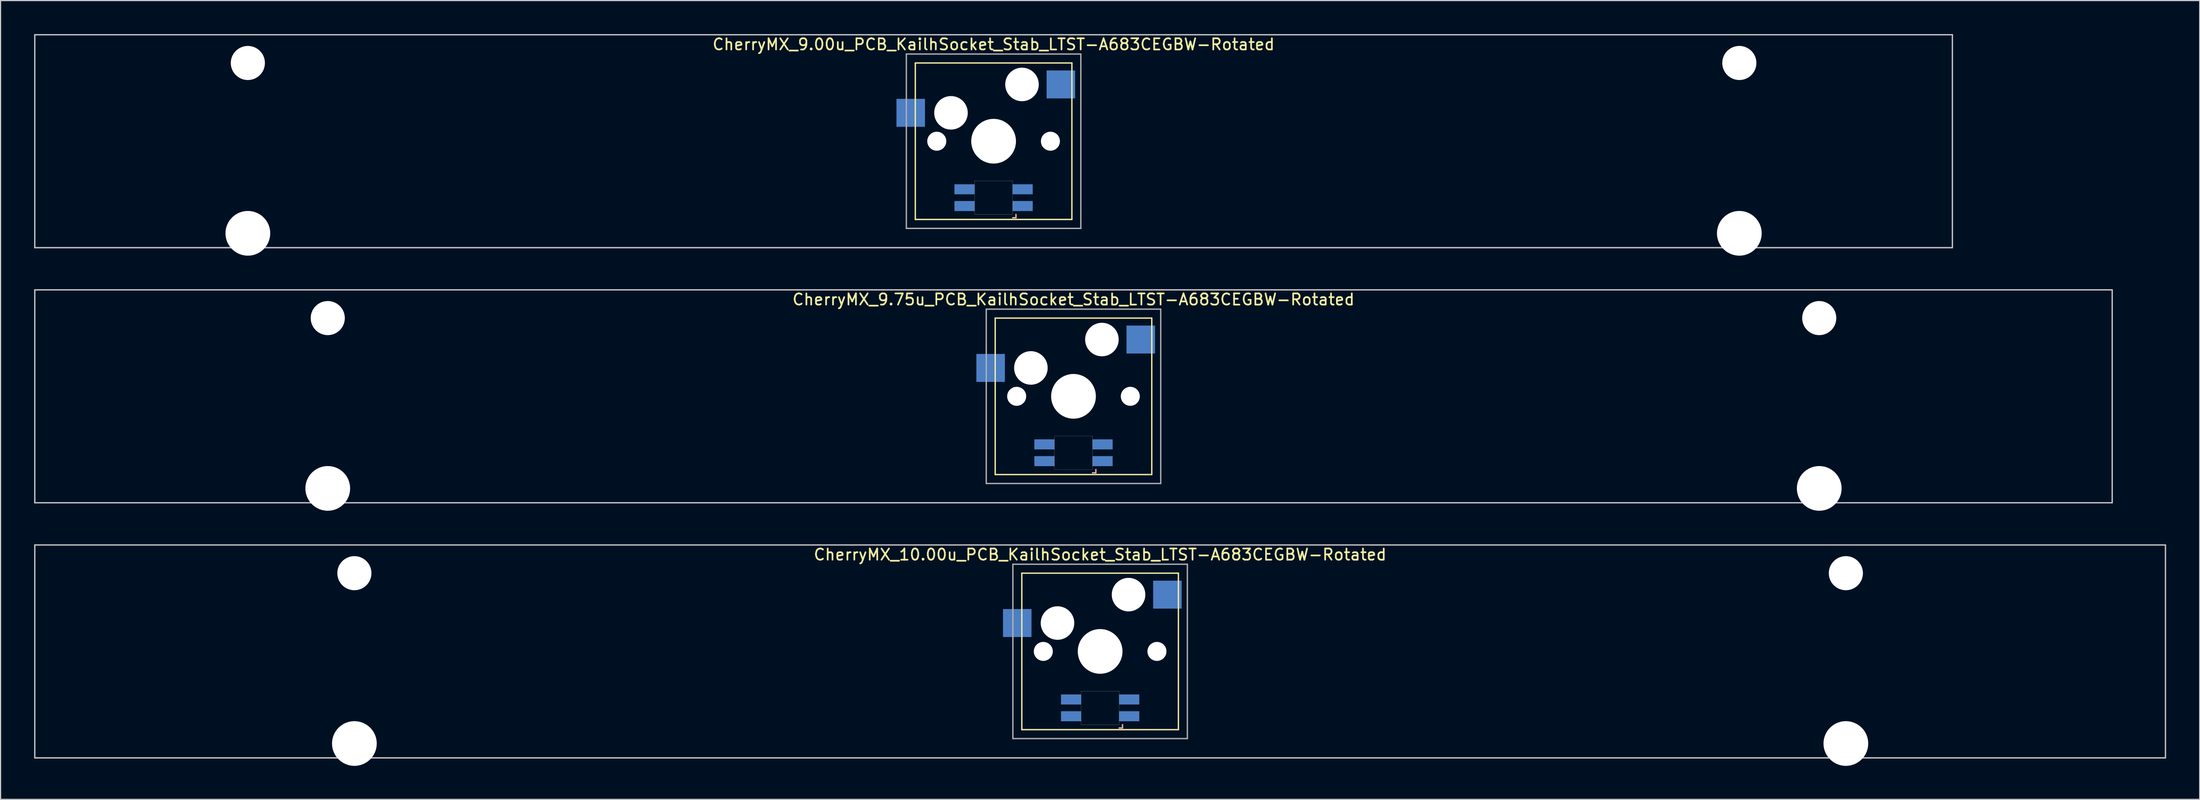
<source format=kicad_pcb>
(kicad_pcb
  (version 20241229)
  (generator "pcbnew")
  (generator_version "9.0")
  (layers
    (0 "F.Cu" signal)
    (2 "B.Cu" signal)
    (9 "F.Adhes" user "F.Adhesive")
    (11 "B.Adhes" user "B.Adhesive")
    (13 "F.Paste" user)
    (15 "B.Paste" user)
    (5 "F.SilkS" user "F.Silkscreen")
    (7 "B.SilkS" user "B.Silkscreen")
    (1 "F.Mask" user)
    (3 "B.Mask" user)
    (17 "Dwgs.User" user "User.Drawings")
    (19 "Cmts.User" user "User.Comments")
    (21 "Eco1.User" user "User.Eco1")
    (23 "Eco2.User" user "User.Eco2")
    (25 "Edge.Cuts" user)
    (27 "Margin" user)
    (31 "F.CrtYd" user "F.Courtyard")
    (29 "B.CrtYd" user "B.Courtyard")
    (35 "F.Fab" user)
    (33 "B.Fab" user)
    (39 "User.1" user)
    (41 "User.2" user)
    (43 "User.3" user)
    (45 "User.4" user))
  (footprint "CherryMX_10.00u_PCB_KailhSocket_Stab_LTST-A683CEGBW-Rotated"
    (layer "F.Cu")
    (at 95.31 55.235)
    (property "Reference" "CherryMX_10.00u_PCB_KailhSocket_Stab_LTST-A683CEGBW-Rotated" (at 0 -8.662 0) (layer "F.SilkS") (effects (font (size 1 1) (thickness 0.15))))
    (attr through_hole)
    (fp_line (start -7 -7) (end -7 7) (stroke (width 0.12) (type solid)) (layer "F.SilkS"))
    (fp_line (start -7 -7) (end 7 -7) (stroke (width 0.12) (type solid)) (layer "F.SilkS"))
    (fp_line (start 7 -7) (end 7 7) (stroke (width 0.12) (type solid)) (layer "F.SilkS"))
    (fp_line (start 7 7) (end -7 7) (stroke (width 0.12) (type solid)) (layer "F.SilkS"))
    (fp_line (start 1.7 6.85) (end 2 6.85) (stroke (width 0.12) (type solid)) (layer "B.SilkS"))
    (fp_line (start 2 6.85) (end 2 6.55) (stroke (width 0.12) (type solid)) (layer "B.SilkS"))
    (fp_line (start -95.25 -9.525) (end 95.25 -9.525) (stroke (width 0.12) (type solid)) (layer "Dwgs.User"))
    (fp_line (start -95.25 9.525) (end -95.25 -9.525) (stroke (width 0.12) (type solid)) (layer "Dwgs.User"))
    (fp_line (start 95.25 -9.525) (end 95.25 9.525) (stroke (width 0.12) (type solid)) (layer "Dwgs.User"))
    (fp_line (start 95.25 9.525) (end -95.25 9.525) (stroke (width 0.12) (type solid)) (layer "Dwgs.User"))
    (fp_poly (pts (xy -1.7 3.55) (xy 1.7 3.55) (xy 1.7 6.55) (xy -1.7 6.55)) (stroke (width 0.01) (type solid)) (fill no) (layer "Edge.Cuts"))
    (fp_line (start -7.8 -7.8) (end -7.8 7.8) (stroke (width 0.12) (type solid)) (layer "F.Fab"))
    (fp_line (start -7.8 -7.8) (end 7.8 -7.8) (stroke (width 0.12) (type solid)) (layer "F.Fab"))
    (fp_line (start -7.8 7.8) (end 7.8 7.8) (stroke (width 0.12) (type solid)) (layer "F.Fab"))
    (fp_line (start 7.8 -7.8) (end 7.8 7.8) (stroke (width 0.12) (type solid)) (layer "F.Fab"))
    (pad "" np_thru_hole circle (at -66.675 -7) (size 3.05 3.05) (drill 3.05) (layers "*.Cu" "*.Mask"))
    (pad "" np_thru_hole circle (at -66.675 8.24) (size 4 4) (drill 4) (layers "*.Cu" "*.Mask"))
    (pad "" np_thru_hole circle (at -5.08 0) (size 1.7 1.7) (drill 1.7) (layers "*.Cu" "*.Mask"))
    (pad "" np_thru_hole circle (at -3.81 -2.54) (size 3 3) (drill 3) (layers "*.Cu" "*.Mask"))
    (pad "" np_thru_hole circle (at 0 0) (size 4 4) (drill 4) (layers "*.Cu" "*.Mask"))
    (pad "" np_thru_hole circle (at 2.54 -5.08) (size 3 3) (drill 3) (layers "*.Cu" "*.Mask"))
    (pad "" np_thru_hole circle (at 5.08 0) (size 1.7 1.7) (drill 1.7) (layers "*.Cu" "*.Mask"))
    (pad "" np_thru_hole circle (at 66.675 -7) (size 3.05 3.05) (drill 3.05) (layers "*.Cu" "*.Mask"))
    (pad "" np_thru_hole circle (at 66.675 8.24) (size 4 4) (drill 4) (layers "*.Cu" "*.Mask"))
    (pad "1" smd rect (at -7.41 -2.54) (size 2.55 2.5) (layers "B.Cu" "B.Mask" "B.Paste"))
    (pad "2" smd rect (at 6.015 -5.08) (size 2.55 2.5) (layers "B.Cu" "B.Mask" "B.Paste"))
    (pad "3" smd rect (at 2.6 5.8 180) (size 1.8 0.9) (layers "B.Cu" "B.Mask" "B.Paste"))
    (pad "4" smd rect (at 2.6 4.3 180) (size 1.8 0.9) (layers "B.Cu" "B.Mask" "B.Paste"))
    (pad "5" smd rect (at -2.6 5.8 180) (size 1.8 0.9) (layers "B.Cu" "B.Mask" "B.Paste"))
    (pad "6" smd rect (at -2.6 4.3 180) (size 1.8 0.9) (layers "B.Cu" "B.Mask" "B.Paste")))
  (footprint "CherryMX_9.00u_PCB_KailhSocket_Stab_LTST-A683CEGBW-Rotated"
    (layer "F.Cu")
    (at 85.785 9.585)
    (property "Reference" "CherryMX_9.00u_PCB_KailhSocket_Stab_LTST-A683CEGBW-Rotated" (at 0 -8.662 0) (layer "F.SilkS") (effects (font (size 1 1) (thickness 0.15))))
    (attr through_hole)
    (fp_line (start -7 -7) (end -7 7) (stroke (width 0.12) (type solid)) (layer "F.SilkS"))
    (fp_line (start -7 -7) (end 7 -7) (stroke (width 0.12) (type solid)) (layer "F.SilkS"))
    (fp_line (start 7 -7) (end 7 7) (stroke (width 0.12) (type solid)) (layer "F.SilkS"))
    (fp_line (start 7 7) (end -7 7) (stroke (width 0.12) (type solid)) (layer "F.SilkS"))
    (fp_line (start 1.7 6.85) (end 2 6.85) (stroke (width 0.12) (type solid)) (layer "B.SilkS"))
    (fp_line (start 2 6.85) (end 2 6.55) (stroke (width 0.12) (type solid)) (layer "B.SilkS"))
    (fp_line (start -85.725 -9.525) (end 85.725 -9.525) (stroke (width 0.12) (type solid)) (layer "Dwgs.User"))
    (fp_line (start -85.725 9.525) (end -85.725 -9.525) (stroke (width 0.12) (type solid)) (layer "Dwgs.User"))
    (fp_line (start 85.725 -9.525) (end 85.725 9.525) (stroke (width 0.12) (type solid)) (layer "Dwgs.User"))
    (fp_line (start 85.725 9.525) (end -85.725 9.525) (stroke (width 0.12) (type solid)) (layer "Dwgs.User"))
    (fp_poly (pts (xy -1.7 3.55) (xy 1.7 3.55) (xy 1.7 6.55) (xy -1.7 6.55)) (stroke (width 0.01) (type solid)) (fill no) (layer "Edge.Cuts"))
    (fp_line (start -7.8 -7.8) (end -7.8 7.8) (stroke (width 0.12) (type solid)) (layer "F.Fab"))
    (fp_line (start -7.8 -7.8) (end 7.8 -7.8) (stroke (width 0.12) (type solid)) (layer "F.Fab"))
    (fp_line (start -7.8 7.8) (end 7.8 7.8) (stroke (width 0.12) (type solid)) (layer "F.Fab"))
    (fp_line (start 7.8 -7.8) (end 7.8 7.8) (stroke (width 0.12) (type solid)) (layer "F.Fab"))
    (pad "" np_thru_hole circle (at -66.675 -7) (size 3.05 3.05) (drill 3.05) (layers "*.Cu" "*.Mask"))
    (pad "" np_thru_hole circle (at -66.675 8.24) (size 4 4) (drill 4) (layers "*.Cu" "*.Mask"))
    (pad "" np_thru_hole circle (at -5.08 0) (size 1.7 1.7) (drill 1.7) (layers "*.Cu" "*.Mask"))
    (pad "" np_thru_hole circle (at -3.81 -2.54) (size 3 3) (drill 3) (layers "*.Cu" "*.Mask"))
    (pad "" np_thru_hole circle (at 0 0) (size 4 4) (drill 4) (layers "*.Cu" "*.Mask"))
    (pad "" np_thru_hole circle (at 2.54 -5.08) (size 3 3) (drill 3) (layers "*.Cu" "*.Mask"))
    (pad "" np_thru_hole circle (at 5.08 0) (size 1.7 1.7) (drill 1.7) (layers "*.Cu" "*.Mask"))
    (pad "" np_thru_hole circle (at 66.675 -7) (size 3.05 3.05) (drill 3.05) (layers "*.Cu" "*.Mask"))
    (pad "" np_thru_hole circle (at 66.675 8.24) (size 4 4) (drill 4) (layers "*.Cu" "*.Mask"))
    (pad "1" smd rect (at -7.41 -2.54) (size 2.55 2.5) (layers "B.Cu" "B.Mask" "B.Paste"))
    (pad "2" smd rect (at 6.015 -5.08) (size 2.55 2.5) (layers "B.Cu" "B.Mask" "B.Paste"))
    (pad "3" smd rect (at 2.6 5.8 180) (size 1.8 0.9) (layers "B.Cu" "B.Mask" "B.Paste"))
    (pad "4" smd rect (at 2.6 4.3 180) (size 1.8 0.9) (layers "B.Cu" "B.Mask" "B.Paste"))
    (pad "5" smd rect (at -2.6 5.8 180) (size 1.8 0.9) (layers "B.Cu" "B.Mask" "B.Paste"))
    (pad "6" smd rect (at -2.6 4.3 180) (size 1.8 0.9) (layers "B.Cu" "B.Mask" "B.Paste")))
  (footprint "CherryMX_9.75u_PCB_KailhSocket_Stab_LTST-A683CEGBW-Rotated"
    (layer "F.Cu")
    (at 92.929 32.41)
    (property "Reference" "CherryMX_9.75u_PCB_KailhSocket_Stab_LTST-A683CEGBW-Rotated" (at 0 -8.662 0) (layer "F.SilkS") (effects (font (size 1 1) (thickness 0.15))))
    (attr through_hole)
    (fp_line (start -7 -7) (end -7 7) (stroke (width 0.12) (type solid)) (layer "F.SilkS"))
    (fp_line (start -7 -7) (end 7 -7) (stroke (width 0.12) (type solid)) (layer "F.SilkS"))
    (fp_line (start 7 -7) (end 7 7) (stroke (width 0.12) (type solid)) (layer "F.SilkS"))
    (fp_line (start 7 7) (end -7 7) (stroke (width 0.12) (type solid)) (layer "F.SilkS"))
    (fp_line (start 1.7 6.85) (end 2 6.85) (stroke (width 0.12) (type solid)) (layer "B.SilkS"))
    (fp_line (start 2 6.85) (end 2 6.55) (stroke (width 0.12) (type solid)) (layer "B.SilkS"))
    (fp_line (start -92.869 -9.525) (end 92.869 -9.525) (stroke (width 0.12) (type solid)) (layer "Dwgs.User"))
    (fp_line (start -92.869 9.525) (end -92.869 -9.525) (stroke (width 0.12) (type solid)) (layer "Dwgs.User"))
    (fp_line (start 92.869 -9.525) (end 92.869 9.525) (stroke (width 0.12) (type solid)) (layer "Dwgs.User"))
    (fp_line (start 92.869 9.525) (end -92.869 9.525) (stroke (width 0.12) (type solid)) (layer "Dwgs.User"))
    (fp_poly (pts (xy -1.7 3.55) (xy 1.7 3.55) (xy 1.7 6.55) (xy -1.7 6.55)) (stroke (width 0.01) (type solid)) (fill no) (layer "Edge.Cuts"))
    (fp_line (start -7.8 -7.8) (end -7.8 7.8) (stroke (width 0.12) (type solid)) (layer "F.Fab"))
    (fp_line (start -7.8 -7.8) (end 7.8 -7.8) (stroke (width 0.12) (type solid)) (layer "F.Fab"))
    (fp_line (start -7.8 7.8) (end 7.8 7.8) (stroke (width 0.12) (type solid)) (layer "F.Fab"))
    (fp_line (start 7.8 -7.8) (end 7.8 7.8) (stroke (width 0.12) (type solid)) (layer "F.Fab"))
    (pad "" np_thru_hole circle (at -66.675 -7) (size 3.05 3.05) (drill 3.05) (layers "*.Cu" "*.Mask"))
    (pad "" np_thru_hole circle (at -66.675 8.24) (size 4 4) (drill 4) (layers "*.Cu" "*.Mask"))
    (pad "" np_thru_hole circle (at -5.08 0) (size 1.7 1.7) (drill 1.7) (layers "*.Cu" "*.Mask"))
    (pad "" np_thru_hole circle (at -3.81 -2.54) (size 3 3) (drill 3) (layers "*.Cu" "*.Mask"))
    (pad "" np_thru_hole circle (at 0 0) (size 4 4) (drill 4) (layers "*.Cu" "*.Mask"))
    (pad "" np_thru_hole circle (at 2.54 -5.08) (size 3 3) (drill 3) (layers "*.Cu" "*.Mask"))
    (pad "" np_thru_hole circle (at 5.08 0) (size 1.7 1.7) (drill 1.7) (layers "*.Cu" "*.Mask"))
    (pad "" np_thru_hole circle (at 66.675 -7) (size 3.05 3.05) (drill 3.05) (layers "*.Cu" "*.Mask"))
    (pad "" np_thru_hole circle (at 66.675 8.24) (size 4 4) (drill 4) (layers "*.Cu" "*.Mask"))
    (pad "1" smd rect (at -7.41 -2.54) (size 2.55 2.5) (layers "B.Cu" "B.Mask" "B.Paste"))
    (pad "2" smd rect (at 6.015 -5.08) (size 2.55 2.5) (layers "B.Cu" "B.Mask" "B.Paste"))
    (pad "3" smd rect (at 2.6 5.8 180) (size 1.8 0.9) (layers "B.Cu" "B.Mask" "B.Paste"))
    (pad "4" smd rect (at 2.6 4.3 180) (size 1.8 0.9) (layers "B.Cu" "B.Mask" "B.Paste"))
    (pad "5" smd rect (at -2.6 5.8 180) (size 1.8 0.9) (layers "B.Cu" "B.Mask" "B.Paste"))
    (pad "6" smd rect (at -2.6 4.3 180) (size 1.8 0.9) (layers "B.Cu" "B.Mask" "B.Paste")))
  (gr_rect
    (start -3 -3)
    (end 193.62 68.475)
    (stroke (width 0.1) (type default))
    (fill no)
    (layer "Edge.Cuts")))
</source>
